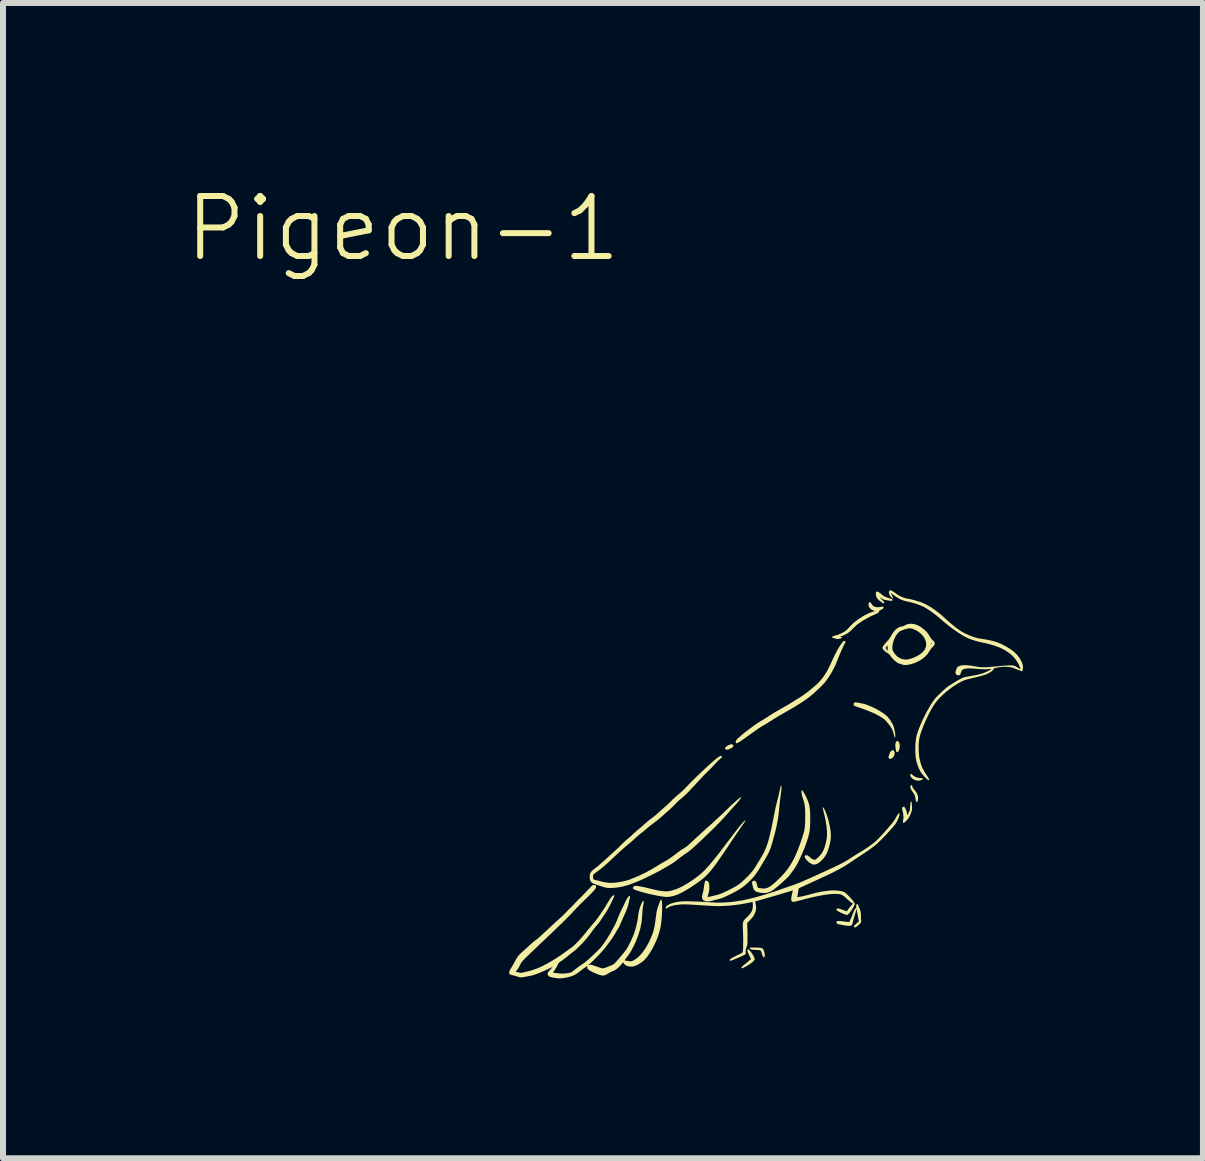
<source format=kicad_pcb>
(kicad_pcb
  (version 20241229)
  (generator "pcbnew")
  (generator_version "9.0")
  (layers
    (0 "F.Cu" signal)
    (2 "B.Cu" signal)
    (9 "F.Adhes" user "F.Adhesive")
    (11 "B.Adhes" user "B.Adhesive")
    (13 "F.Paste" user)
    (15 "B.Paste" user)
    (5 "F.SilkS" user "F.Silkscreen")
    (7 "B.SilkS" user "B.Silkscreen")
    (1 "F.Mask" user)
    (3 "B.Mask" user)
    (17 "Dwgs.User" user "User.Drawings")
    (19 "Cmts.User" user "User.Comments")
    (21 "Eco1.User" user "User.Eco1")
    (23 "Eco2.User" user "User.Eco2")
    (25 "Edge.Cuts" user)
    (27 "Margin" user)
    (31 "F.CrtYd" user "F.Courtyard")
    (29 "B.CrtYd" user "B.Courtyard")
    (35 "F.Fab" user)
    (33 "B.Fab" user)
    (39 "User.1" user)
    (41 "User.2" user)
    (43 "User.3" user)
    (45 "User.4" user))
  (footprint "Pigeon-1"
    (layer "F.Cu")
    (at 10.019 10.286)
    (property "Reference" "Pigeon-1" (at -6.35 -9.525 0) (unlocked yes) (layer "F.SilkS") (effects (font (size 1 1) (thickness 0.1))))
    (attr smd)
    (fp_poly (pts (xy -0.846 -0.917) (xy -0.842 -0.903) (xy -0.842 -0.891) (xy -0.848 -0.882) (xy -0.863 -0.871) (xy -0.869 -0.867) (xy -0.892 -0.855) (xy -0.915 -0.844) (xy -0.922 -0.841) (xy -0.945 -0.836) (xy -0.964 -0.838) (xy -0.977 -0.846) (xy -0.981 -0.857) (xy -0.973 -0.876) (xy -0.952 -0.895) (xy -0.921 -0.912) (xy -0.913 -0.916) (xy -0.882 -0.926) (xy -0.859 -0.926)) (stroke (width 0) (type solid)) (fill yes) (layer "F.SilkS"))
    (fp_poly (pts (xy 1.9 -0.982) (xy 1.911 -0.972) (xy 1.913 -0.97) (xy 1.924 -0.951) (xy 1.931 -0.926) (xy 1.933 -0.898) (xy 1.931 -0.868) (xy 1.925 -0.841) (xy 1.916 -0.818) (xy 1.904 -0.801) (xy 1.89 -0.794) (xy 1.881 -0.795) (xy 1.876 -0.802) (xy 1.871 -0.819) (xy 1.867 -0.837) (xy 1.86 -0.885) (xy 1.859 -0.922) (xy 1.865 -0.951) (xy 1.877 -0.972) (xy 1.894 -0.986)) (stroke (width 0) (type solid)) (fill yes) (layer "F.SilkS"))
    (fp_poly (pts (xy 1.836 -0.818) (xy 1.84 -0.812) (xy 1.848 -0.788) (xy 1.847 -0.761) (xy 1.837 -0.733) (xy 1.821 -0.708) (xy 1.798 -0.691) (xy 1.796 -0.69) (xy 1.779 -0.683) (xy 1.768 -0.682) (xy 1.758 -0.688) (xy 1.755 -0.691) (xy 1.748 -0.7) (xy 1.746 -0.711) (xy 1.749 -0.729) (xy 1.757 -0.755) (xy 1.758 -0.757) (xy 1.772 -0.79) (xy 1.786 -0.812) (xy 1.8 -0.824) (xy 1.812 -0.827) (xy 1.825 -0.827)) (stroke (width 0) (type solid)) (fill yes) (layer "F.SilkS"))
    (fp_poly (pts (xy 2.139 -0.423) (xy 2.151 -0.411) (xy 2.184 -0.386) (xy 2.225 -0.37) (xy 2.27 -0.364) (xy 2.293 -0.362) (xy 2.31 -0.359) (xy 2.318 -0.355) (xy 2.318 -0.355) (xy 2.317 -0.345) (xy 2.305 -0.335) (xy 2.286 -0.327) (xy 2.262 -0.322) (xy 2.236 -0.32) (xy 2.213 -0.323) (xy 2.189 -0.33) (xy 2.166 -0.34) (xy 2.16 -0.343) (xy 2.137 -0.361) (xy 2.12 -0.381) (xy 2.109 -0.401) (xy 2.107 -0.418) (xy 2.114 -0.429) (xy 2.124 -0.431)) (stroke (width 0) (type solid)) (fill yes) (layer "F.SilkS"))
    (fp_poly (pts (xy 2.14 -0.234) (xy 2.142 -0.226) (xy 2.147 -0.209) (xy 2.16 -0.188) (xy 2.167 -0.179) (xy 2.202 -0.136) (xy 2.224 -0.096) (xy 2.237 -0.058) (xy 2.239 -0.02) (xy 2.237 -0.002) (xy 2.23 0.024) (xy 2.222 0.037) (xy 2.213 0.037) (xy 2.205 0.025) (xy 2.199 0.001) (xy 2.197 -0.009) (xy 2.191 -0.045) (xy 2.183 -0.074) (xy 2.169 -0.101) (xy 2.148 -0.132) (xy 2.146 -0.134) (xy 2.123 -0.169) (xy 2.11 -0.2) (xy 2.108 -0.223) (xy 2.111 -0.234) (xy 2.122 -0.245) (xy 2.133 -0.244)) (stroke (width 0) (type solid)) (fill yes) (layer "F.SilkS"))
    (fp_poly (pts (xy -0.577 2.503) (xy -0.559 2.523) (xy -0.538 2.551) (xy -0.511 2.593) (xy -0.494 2.626) (xy -0.486 2.651) (xy -0.488 2.666) (xy -0.498 2.682) (xy -0.519 2.702) (xy -0.547 2.725) (xy -0.582 2.749) (xy -0.62 2.772) (xy -0.621 2.772) (xy -0.656 2.791) (xy -0.68 2.803) (xy -0.697 2.808) (xy -0.706 2.808) (xy -0.709 2.803) (xy -0.706 2.792) (xy -0.693 2.777) (xy -0.672 2.759) (xy -0.657 2.747) (xy -0.635 2.729) (xy -0.611 2.709) (xy -0.598 2.698) (xy -0.547 2.655) (xy -0.582 2.584) (xy -0.598 2.548) (xy -0.607 2.522) (xy -0.61 2.505) (xy -0.605 2.496) (xy -0.593 2.495) (xy -0.589 2.496)) (stroke (width 0) (type solid)) (fill yes) (layer "F.SilkS"))
    (fp_poly (pts (xy -0.361 2.476) (xy -0.352 2.483) (xy -0.35 2.485) (xy -0.339 2.502) (xy -0.329 2.526) (xy -0.322 2.555) (xy -0.318 2.584) (xy -0.319 2.608) (xy -0.321 2.615) (xy -0.327 2.627) (xy -0.335 2.628) (xy -0.345 2.617) (xy -0.349 2.61) (xy -0.357 2.593) (xy -0.365 2.57) (xy -0.369 2.553) (xy -0.374 2.533) (xy -0.381 2.519) (xy -0.392 2.511) (xy -0.409 2.506) (xy -0.436 2.504) (xy -0.459 2.503) (xy -0.501 2.501) (xy -0.532 2.497) (xy -0.552 2.492) (xy -0.563 2.485) (xy -0.566 2.48) (xy -0.568 2.472) (xy -0.565 2.467) (xy -0.556 2.464) (xy -0.539 2.463) (xy -0.512 2.462) (xy -0.477 2.463) (xy -0.437 2.464) (xy -0.407 2.465) (xy -0.387 2.467) (xy -0.372 2.471)) (stroke (width 0) (type solid)) (fill yes) (layer "F.SilkS"))
    (fp_poly (pts (xy 1.583 -3.462) (xy 1.607 -3.444) (xy 1.627 -3.428) (xy 1.647 -3.411) (xy 1.664 -3.399) (xy 1.681 -3.389) (xy 1.702 -3.381) (xy 1.731 -3.37) (xy 1.743 -3.366) (xy 1.774 -3.356) (xy 1.795 -3.348) (xy 1.807 -3.342) (xy 1.813 -3.337) (xy 1.814 -3.332) (xy 1.813 -3.331) (xy 1.809 -3.323) (xy 1.798 -3.319) (xy 1.778 -3.319) (xy 1.748 -3.323) (xy 1.717 -3.328) (xy 1.688 -3.333) (xy 1.667 -3.339) (xy 1.65 -3.347) (xy 1.632 -3.358) (xy 1.631 -3.359) (xy 1.613 -3.37) (xy 1.605 -3.372) (xy 1.607 -3.367) (xy 1.618 -3.354) (xy 1.638 -3.334) (xy 1.64 -3.332) (xy 1.662 -3.31) (xy 1.674 -3.294) (xy 1.676 -3.284) (xy 1.673 -3.279) (xy 1.668 -3.276) (xy 1.662 -3.276) (xy 1.651 -3.281) (xy 1.635 -3.292) (xy 1.614 -3.306) (xy 1.591 -3.324) (xy 1.57 -3.343) (xy 1.558 -3.358) (xy 1.546 -3.379) (xy 1.538 -3.404) (xy 1.534 -3.43) (xy 1.535 -3.452) (xy 1.541 -3.467) (xy 1.541 -3.468) (xy 1.552 -3.473) (xy 1.565 -3.471)) (stroke (width 0) (type solid)) (fill yes) (layer "F.SilkS"))
    (fp_poly (pts (xy 2.129 0.038) (xy 2.133 0.063) (xy 2.136 0.102) (xy 2.137 0.107) (xy 2.138 0.139) (xy 2.136 0.163) (xy 2.132 0.186) (xy 2.123 0.212) (xy 2.122 0.215) (xy 2.111 0.244) (xy 2.097 0.272) (xy 2.086 0.294) (xy 2.085 0.295) (xy 2.071 0.316) (xy 2.052 0.338) (xy 2.033 0.358) (xy 2.015 0.374) (xy 2.001 0.384) (xy 1.993 0.386) (xy 1.988 0.378) (xy 1.986 0.362) (xy 1.986 0.357) (xy 1.989 0.337) (xy 1.992 0.321) (xy 1.993 0.319) (xy 1.995 0.305) (xy 1.994 0.282) (xy 1.992 0.254) (xy 1.989 0.226) (xy 1.984 0.2) (xy 1.981 0.188) (xy 1.974 0.16) (xy 1.971 0.141) (xy 1.975 0.128) (xy 1.98 0.121) (xy 1.995 0.115) (xy 2.005 0.116) (xy 2.016 0.125) (xy 2.027 0.144) (xy 2.038 0.169) (xy 2.047 0.196) (xy 2.052 0.222) (xy 2.052 0.224) (xy 2.054 0.242) (xy 2.057 0.254) (xy 2.058 0.255) (xy 2.063 0.25) (xy 2.072 0.236) (xy 2.082 0.216) (xy 2.083 0.213) (xy 2.093 0.192) (xy 2.099 0.173) (xy 2.103 0.152) (xy 2.106 0.126) (xy 2.107 0.099) (xy 2.11 0.061) (xy 2.114 0.036) (xy 2.119 0.024) (xy 2.124 0.024)) (stroke (width 0) (type solid)) (fill yes) (layer "F.SilkS"))
    (fp_poly (pts (xy 0.661 0.131) (xy 0.672 0.148) (xy 0.685 0.173) (xy 0.698 0.204) (xy 0.712 0.241) (xy 0.726 0.282) (xy 0.739 0.324) (xy 0.75 0.367) (xy 0.766 0.439) (xy 0.777 0.502) (xy 0.783 0.559) (xy 0.784 0.612) (xy 0.78 0.664) (xy 0.771 0.717) (xy 0.759 0.768) (xy 0.739 0.833) (xy 0.717 0.889) (xy 0.69 0.937) (xy 0.658 0.98) (xy 0.623 1.017) (xy 0.585 1.05) (xy 0.547 1.07) (xy 0.512 1.08) (xy 0.48 1.077) (xy 0.466 1.071) (xy 0.419 1.042) (xy 0.381 1.005) (xy 0.373 0.994) (xy 0.355 0.968) (xy 0.347 0.949) (xy 0.349 0.936) (xy 0.361 0.927) (xy 0.365 0.925) (xy 0.381 0.923) (xy 0.398 0.929) (xy 0.419 0.943) (xy 0.441 0.962) (xy 0.461 0.978) (xy 0.483 0.992) (xy 0.488 0.994) (xy 0.503 0.999) (xy 0.518 0.999) (xy 0.533 0.992) (xy 0.551 0.978) (xy 0.576 0.956) (xy 0.58 0.952) (xy 0.611 0.919) (xy 0.637 0.884) (xy 0.658 0.846) (xy 0.677 0.801) (xy 0.693 0.747) (xy 0.704 0.707) (xy 0.717 0.629) (xy 0.72 0.543) (xy 0.713 0.448) (xy 0.697 0.344) (xy 0.673 0.238) (xy 0.664 0.202) (xy 0.656 0.171) (xy 0.651 0.147) (xy 0.648 0.132) (xy 0.648 0.128) (xy 0.653 0.124)) (stroke (width 0) (type solid)) (fill yes) (layer "F.SilkS"))
    (fp_poly (pts (xy 1.445 -1.56) (xy 1.467 -1.551) (xy 1.518 -1.527) (xy 1.569 -1.499) (xy 1.618 -1.47) (xy 1.662 -1.441) (xy 1.7 -1.413) (xy 1.728 -1.388) (xy 1.736 -1.378) (xy 1.764 -1.343) (xy 1.79 -1.304) (xy 1.812 -1.266) (xy 1.828 -1.232) (xy 1.831 -1.221) (xy 1.841 -1.185) (xy 1.849 -1.15) (xy 1.855 -1.116) (xy 1.858 -1.085) (xy 1.858 -1.061) (xy 1.856 -1.045) (xy 1.851 -1.039) (xy 1.848 -1.039) (xy 1.845 -1.046) (xy 1.84 -1.063) (xy 1.835 -1.086) (xy 1.834 -1.091) (xy 1.82 -1.14) (xy 1.801 -1.185) (xy 1.773 -1.23) (xy 1.736 -1.278) (xy 1.729 -1.286) (xy 1.709 -1.309) (xy 1.692 -1.327) (xy 1.675 -1.343) (xy 1.656 -1.357) (xy 1.634 -1.372) (xy 1.606 -1.389) (xy 1.568 -1.41) (xy 1.552 -1.419) (xy 1.519 -1.436) (xy 1.477 -1.455) (xy 1.427 -1.476) (xy 1.374 -1.497) (xy 1.319 -1.517) (xy 1.266 -1.536) (xy 1.218 -1.551) (xy 1.215 -1.552) (xy 1.186 -1.562) (xy 1.169 -1.573) (xy 1.162 -1.586) (xy 1.165 -1.602) (xy 1.165 -1.604) (xy 1.169 -1.613) (xy 1.174 -1.62) (xy 1.181 -1.624) (xy 1.192 -1.625) (xy 1.209 -1.624) (xy 1.234 -1.62) (xy 1.268 -1.614) (xy 1.312 -1.605) (xy 1.332 -1.601) (xy 1.361 -1.593) (xy 1.399 -1.579)) (stroke (width 0) (type solid)) (fill yes) (layer "F.SilkS"))
    (fp_poly (pts (xy 1.664 -3.209) (xy 1.662 -3.2) (xy 1.652 -3.186) (xy 1.631 -3.173) (xy 1.618 -3.167) (xy 1.599 -3.157) (xy 1.588 -3.149) (xy 1.585 -3.144) (xy 1.588 -3.136) (xy 1.583 -3.127) (xy 1.569 -3.116) (xy 1.545 -3.103) (xy 1.509 -3.087) (xy 1.507 -3.086) (xy 1.451 -3.061) (xy 1.392 -3.03) (xy 1.334 -2.997) (xy 1.281 -2.964) (xy 1.246 -2.939) (xy 1.222 -2.921) (xy 1.194 -2.896) (xy 1.166 -2.869) (xy 1.152 -2.854) (xy 1.108 -2.812) (xy 1.066 -2.779) (xy 1.023 -2.754) (xy 0.979 -2.736) (xy 0.955 -2.727) (xy 0.942 -2.721) (xy 0.94 -2.718) (xy 0.945 -2.716) (xy 0.95 -2.715) (xy 0.965 -2.71) (xy 0.968 -2.704) (xy 0.96 -2.696) (xy 0.943 -2.689) (xy 0.924 -2.685) (xy 0.898 -2.682) (xy 0.877 -2.683) (xy 0.854 -2.69) (xy 0.842 -2.694) (xy 0.819 -2.702) (xy 0.807 -2.708) (xy 0.803 -2.714) (xy 0.805 -2.719) (xy 0.814 -2.725) (xy 0.832 -2.733) (xy 0.857 -2.74) (xy 0.865 -2.742) (xy 0.906 -2.754) (xy 0.949 -2.772) (xy 0.989 -2.792) (xy 1.023 -2.813) (xy 1.042 -2.827) (xy 1.056 -2.841) (xy 1.076 -2.862) (xy 1.098 -2.886) (xy 1.113 -2.901) (xy 1.156 -2.944) (xy 1.208 -2.986) (xy 1.267 -3.028) (xy 1.328 -3.066) (xy 1.389 -3.099) (xy 1.448 -3.124) (xy 1.489 -3.138) (xy 1.521 -3.147) (xy 1.489 -3.159) (xy 1.455 -3.177) (xy 1.43 -3.201) (xy 1.415 -3.229) (xy 1.412 -3.259) (xy 1.416 -3.28) (xy 1.425 -3.295) (xy 1.437 -3.298) (xy 1.449 -3.288) (xy 1.459 -3.272) (xy 1.481 -3.241) (xy 1.508 -3.222) (xy 1.542 -3.213) (xy 1.554 -3.212) (xy 1.581 -3.212) (xy 1.608 -3.215) (xy 1.618 -3.218) (xy 1.644 -3.222) (xy 1.659 -3.219)) (stroke (width 0) (type solid)) (fill yes) (layer "F.SilkS"))
    (fp_poly (pts (xy 1.232 1.747) (xy 1.241 1.764) (xy 1.252 1.787) (xy 1.263 1.813) (xy 1.273 1.839) (xy 1.279 1.861) (xy 1.28 1.866) (xy 1.283 1.885) (xy 1.285 1.912) (xy 1.286 1.943) (xy 1.286 1.952) (xy 1.286 1.98) (xy 1.287 2.002) (xy 1.289 2.017) (xy 1.29 2.02) (xy 1.291 2.032) (xy 1.285 2.046) (xy 1.269 2.065) (xy 1.247 2.086) (xy 1.221 2.109) (xy 1.202 2.122) (xy 1.188 2.128) (xy 1.179 2.126) (xy 1.172 2.118) (xy 1.168 2.112) (xy 1.168 2.105) (xy 1.174 2.097) (xy 1.186 2.085) (xy 1.207 2.066) (xy 1.207 2.065) (xy 1.251 2.026) (xy 1.235 1.939) (xy 1.229 1.906) (xy 1.223 1.875) (xy 1.218 1.849) (xy 1.213 1.83) (xy 1.21 1.819) (xy 1.209 1.818) (xy 1.209 1.822) (xy 1.207 1.831) (xy 1.203 1.85) (xy 1.196 1.876) (xy 1.187 1.909) (xy 1.18 1.931) (xy 1.17 1.968) (xy 1.16 2.003) (xy 1.152 2.032) (xy 1.146 2.053) (xy 1.144 2.06) (xy 1.138 2.079) (xy 1.129 2.092) (xy 1.116 2.099) (xy 1.095 2.102) (xy 1.065 2.1) (xy 1.029 2.095) (xy 0.982 2.088) (xy 0.946 2.081) (xy 0.92 2.076) (xy 0.901 2.071) (xy 0.89 2.065) (xy 0.883 2.059) (xy 0.88 2.054) (xy 0.876 2.039) (xy 0.881 2.029) (xy 0.891 2.024) (xy 0.899 2.021) (xy 0.911 2.019) (xy 0.929 2.02) (xy 0.953 2.022) (xy 0.988 2.026) (xy 1.022 2.03) (xy 1.09 2.039) (xy 1.111 1.995) (xy 1.124 1.966) (xy 1.138 1.932) (xy 1.151 1.899) (xy 1.153 1.894) (xy 1.169 1.854) (xy 1.183 1.826) (xy 1.193 1.811) (xy 1.202 1.807) (xy 1.203 1.808) (xy 1.207 1.805) (xy 1.208 1.791) (xy 1.207 1.782) (xy 1.206 1.757) (xy 1.211 1.742) (xy 1.222 1.739) (xy 1.225 1.74)) (stroke (width 0) (type solid)) (fill yes) (layer "F.SilkS"))
    (fp_poly (pts (xy -0.64 0.346) (xy -0.646 0.359) (xy -0.66 0.379) (xy -0.681 0.409) (xy -0.687 0.418) (xy -0.703 0.441) (xy -0.726 0.473) (xy -0.752 0.512) (xy -0.782 0.556) (xy -0.814 0.603) (xy -0.847 0.651) (xy -0.86 0.671) (xy -0.901 0.732) (xy -0.936 0.785) (xy -0.967 0.831) (xy -0.996 0.874) (xy -1.025 0.916) (xy -1.054 0.959) (xy -1.087 1.006) (xy -1.124 1.06) (xy -1.125 1.061) (xy -1.154 1.101) (xy -1.188 1.144) (xy -1.223 1.187) (xy -1.259 1.227) (xy -1.293 1.263) (xy -1.322 1.291) (xy -1.328 1.296) (xy -1.377 1.336) (xy -1.432 1.377) (xy -1.492 1.419) (xy -1.553 1.459) (xy -1.614 1.497) (xy -1.672 1.53) (xy -1.725 1.558) (xy -1.771 1.579) (xy -1.775 1.581) (xy -1.831 1.6) (xy -1.888 1.613) (xy -1.939 1.619) (xy -1.95 1.619) (xy -1.979 1.618) (xy -2.016 1.613) (xy -2.062 1.606) (xy -2.112 1.597) (xy -2.166 1.586) (xy -2.221 1.574) (xy -2.277 1.561) (xy -2.33 1.547) (xy -2.38 1.533) (xy -2.424 1.52) (xy -2.461 1.508) (xy -2.488 1.497) (xy -2.505 1.488) (xy -2.506 1.487) (xy -2.514 1.474) (xy -2.511 1.457) (xy -2.5 1.44) (xy -2.487 1.435) (xy -2.466 1.434) (xy -2.433 1.437) (xy -2.388 1.445) (xy -2.332 1.456) (xy -2.263 1.472) (xy -2.241 1.478) (xy -2.168 1.495) (xy -2.106 1.509) (xy -2.053 1.518) (xy -2.007 1.524) (xy -1.966 1.526) (xy -1.928 1.524) (xy -1.891 1.518) (xy -1.853 1.508) (xy -1.812 1.495) (xy -1.796 1.49) (xy -1.74 1.466) (xy -1.678 1.435) (xy -1.613 1.397) (xy -1.546 1.354) (xy -1.48 1.308) (xy -1.418 1.261) (xy -1.363 1.214) (xy -1.319 1.173) (xy -1.284 1.134) (xy -1.242 1.088) (xy -1.197 1.034) (xy -1.15 0.977) (xy -1.102 0.917) (xy -1.055 0.857) (xy -1.026 0.818) (xy -0.955 0.723) (xy -0.89 0.639) (xy -0.834 0.565) (xy -0.784 0.501) (xy -0.742 0.448) (xy -0.708 0.406) (xy -0.681 0.375) (xy -0.661 0.354) (xy -0.649 0.344) (xy -0.648 0.344) (xy -0.641 0.342)) (stroke (width 0) (type solid)) (fill yes) (layer "F.SilkS"))
    (fp_poly (pts (xy 0.318 -0.146) (xy 0.333 -0.122) (xy 0.343 -0.105) (xy 0.37 -0.053) (xy 0.391 -0.007) (xy 0.408 0.035) (xy 0.421 0.077) (xy 0.43 0.12) (xy 0.435 0.168) (xy 0.439 0.222) (xy 0.44 0.286) (xy 0.44 0.322) (xy 0.439 0.393) (xy 0.436 0.455) (xy 0.431 0.51) (xy 0.421 0.564) (xy 0.408 0.618) (xy 0.39 0.676) (xy 0.367 0.742) (xy 0.364 0.751) (xy 0.346 0.8) (xy 0.324 0.854) (xy 0.3 0.909) (xy 0.275 0.964) (xy 0.251 1.014) (xy 0.23 1.058) (xy 0.215 1.085) (xy 0.193 1.121) (xy 0.166 1.161) (xy 0.137 1.202) (xy 0.109 1.239) (xy 0.084 1.271) (xy 0.073 1.283) (xy 0.053 1.303) (xy 0.028 1.327) (xy -0.001 1.354) (xy -0.026 1.377) (xy -0.077 1.422) (xy -0.121 1.459) (xy -0.158 1.488) (xy -0.19 1.511) (xy -0.219 1.527) (xy -0.245 1.539) (xy -0.27 1.547) (xy -0.287 1.551) (xy -0.319 1.554) (xy -0.357 1.553) (xy -0.395 1.548) (xy -0.431 1.541) (xy -0.46 1.531) (xy -0.475 1.522) (xy -0.49 1.507) (xy -0.501 1.49) (xy -0.51 1.47) (xy -0.518 1.444) (xy -0.524 1.417) (xy -0.529 1.393) (xy -0.53 1.375) (xy -0.529 1.37) (xy -0.518 1.355) (xy -0.5 1.348) (xy -0.483 1.35) (xy -0.469 1.36) (xy -0.459 1.377) (xy -0.45 1.406) (xy -0.447 1.422) (xy -0.442 1.443) (xy -0.436 1.458) (xy -0.432 1.463) (xy -0.421 1.468) (xy -0.4 1.473) (xy -0.375 1.476) (xy -0.348 1.479) (xy -0.325 1.479) (xy -0.315 1.478) (xy -0.288 1.472) (xy -0.258 1.46) (xy -0.226 1.441) (xy -0.19 1.415) (xy -0.149 1.38) (xy -0.102 1.337) (xy -0.055 1.291) (xy -0.002 1.234) (xy 0.047 1.176) (xy 0.091 1.115) (xy 0.132 1.049) (xy 0.171 0.977) (xy 0.208 0.897) (xy 0.244 0.807) (xy 0.281 0.706) (xy 0.29 0.68) (xy 0.309 0.624) (xy 0.323 0.577) (xy 0.335 0.537) (xy 0.343 0.501) (xy 0.349 0.466) (xy 0.352 0.429) (xy 0.355 0.387) (xy 0.356 0.338) (xy 0.356 0.318) (xy 0.357 0.25) (xy 0.356 0.192) (xy 0.354 0.143) (xy 0.349 0.1) (xy 0.343 0.061) (xy 0.333 0.023) (xy 0.321 -0.015) (xy 0.318 -0.024) (xy 0.307 -0.059) (xy 0.299 -0.093) (xy 0.295 -0.122) (xy 0.295 -0.145) (xy 0.298 -0.159) (xy 0.301 -0.161) (xy 0.308 -0.159)) (stroke (width 0) (type solid)) (fill yes) (layer "F.SilkS"))
    (fp_poly (pts (xy 1.026 -2.641) (xy 1.03 -2.631) (xy 1.027 -2.626) (xy 1.022 -2.618) (xy 1.012 -2.6) (xy 0.999 -2.574) (xy 0.984 -2.541) (xy 0.968 -2.505) (xy 0.951 -2.468) (xy 0.935 -2.43) (xy 0.92 -2.395) (xy 0.907 -2.365) (xy 0.901 -2.346) (xy 0.859 -2.244) (xy 0.81 -2.146) (xy 0.755 -2.055) (xy 0.698 -1.975) (xy 0.673 -1.945) (xy 0.638 -1.908) (xy 0.598 -1.868) (xy 0.554 -1.827) (xy 0.509 -1.785) (xy 0.464 -1.746) (xy 0.422 -1.712) (xy 0.414 -1.705) (xy 0.383 -1.683) (xy 0.343 -1.655) (xy 0.295 -1.623) (xy 0.241 -1.589) (xy 0.184 -1.554) (xy 0.126 -1.519) (xy 0.069 -1.486) (xy 0.059 -1.48) (xy 0.003 -1.448) (xy -0.043 -1.422) (xy -0.082 -1.4) (xy -0.115 -1.38) (xy -0.144 -1.362) (xy -0.171 -1.345) (xy -0.199 -1.327) (xy -0.217 -1.316) (xy -0.251 -1.294) (xy -0.286 -1.273) (xy -0.318 -1.253) (xy -0.344 -1.239) (xy -0.344 -1.239) (xy -0.357 -1.231) (xy -0.371 -1.222) (xy -0.388 -1.212) (xy -0.407 -1.2) (xy -0.43 -1.184) (xy -0.459 -1.164) (xy -0.493 -1.14) (xy -0.535 -1.11) (xy -0.585 -1.075) (xy -0.644 -1.032) (xy -0.67 -1.014) (xy -0.711 -0.985) (xy -0.743 -0.964) (xy -0.767 -0.951) (xy -0.783 -0.944) (xy -0.792 -0.944) (xy -0.798 -0.951) (xy -0.801 -0.956) (xy -0.803 -0.968) (xy -0.8 -0.982) (xy -0.789 -0.999) (xy -0.77 -1.02) (xy -0.743 -1.046) (xy -0.706 -1.077) (xy -0.685 -1.095) (xy -0.641 -1.13) (xy -0.595 -1.166) (xy -0.548 -1.201) (xy -0.503 -1.234) (xy -0.461 -1.264) (xy -0.425 -1.288) (xy -0.397 -1.306) (xy -0.392 -1.309) (xy -0.369 -1.322) (xy -0.339 -1.34) (xy -0.305 -1.362) (xy -0.27 -1.383) (xy -0.263 -1.389) (xy -0.22 -1.416) (xy -0.183 -1.439) (xy -0.147 -1.461) (xy -0.109 -1.483) (xy -0.066 -1.508) (xy -0.015 -1.537) (xy -0.013 -1.538) (xy 0.023 -1.558) (xy 0.065 -1.583) (xy 0.108 -1.609) (xy 0.144 -1.631) (xy 0.177 -1.652) (xy 0.209 -1.672) (xy 0.238 -1.689) (xy 0.259 -1.702) (xy 0.263 -1.704) (xy 0.296 -1.726) (xy 0.337 -1.754) (xy 0.382 -1.788) (xy 0.43 -1.825) (xy 0.476 -1.863) (xy 0.52 -1.9) (xy 0.558 -1.934) (xy 0.582 -1.958) (xy 0.622 -2.003) (xy 0.66 -2.052) (xy 0.697 -2.107) (xy 0.733 -2.169) (xy 0.769 -2.241) (xy 0.807 -2.324) (xy 0.81 -2.331) (xy 0.836 -2.388) (xy 0.864 -2.443) (xy 0.891 -2.494) (xy 0.918 -2.54) (xy 0.943 -2.58) (xy 0.966 -2.613) (xy 0.985 -2.636) (xy 1.001 -2.649) (xy 1.006 -2.651) (xy 1.017 -2.649)) (stroke (width 0) (type solid)) (fill yes) (layer "F.SilkS"))
    (fp_poly (pts (xy -0.04 -0.228) (xy -0.039 -0.208) (xy -0.04 -0.18) (xy -0.043 -0.148) (xy -0.047 -0.112) (xy -0.05 -0.091) (xy -0.055 -0.056) (xy -0.061 -0.011) (xy -0.066 0.038) (xy -0.072 0.087) (xy -0.075 0.119) (xy -0.083 0.201) (xy -0.092 0.278) (xy -0.104 0.353) (xy -0.119 0.429) (xy -0.137 0.508) (xy -0.159 0.594) (xy -0.185 0.689) (xy -0.193 0.717) (xy -0.206 0.759) (xy -0.218 0.796) (xy -0.23 0.828) (xy -0.242 0.859) (xy -0.258 0.891) (xy -0.276 0.926) (xy -0.3 0.967) (xy -0.328 1.016) (xy -0.335 1.028) (xy -0.372 1.089) (xy -0.403 1.141) (xy -0.431 1.185) (xy -0.456 1.222) (xy -0.479 1.254) (xy -0.502 1.283) (xy -0.526 1.31) (xy -0.553 1.337) (xy -0.583 1.367) (xy -0.598 1.381) (xy -0.641 1.42) (xy -0.685 1.454) (xy -0.732 1.487) (xy -0.786 1.519) (xy -0.848 1.552) (xy -0.86 1.558) (xy -0.921 1.588) (xy -0.971 1.612) (xy -1.013 1.63) (xy -1.048 1.644) (xy -1.078 1.652) (xy -1.096 1.657) (xy -1.116 1.661) (xy -1.143 1.668) (xy -1.174 1.676) (xy -1.186 1.68) (xy -1.237 1.692) (xy -1.278 1.695) (xy -1.311 1.69) (xy -1.338 1.675) (xy -1.351 1.662) (xy -1.363 1.636) (xy -1.364 1.604) (xy -1.355 1.569) (xy -1.35 1.549) (xy -1.343 1.522) (xy -1.337 1.49) (xy -1.335 1.473) (xy -1.33 1.441) (xy -1.325 1.41) (xy -1.32 1.385) (xy -1.318 1.376) (xy -1.313 1.358) (xy -1.308 1.349) (xy -1.3 1.347) (xy -1.292 1.347) (xy -1.269 1.356) (xy -1.261 1.364) (xy -1.25 1.384) (xy -1.244 1.414) (xy -1.242 1.45) (xy -1.243 1.491) (xy -1.249 1.532) (xy -1.258 1.571) (xy -1.263 1.588) (xy -1.269 1.606) (xy -1.27 1.618) (xy -1.269 1.62) (xy -1.261 1.62) (xy -1.242 1.616) (xy -1.215 1.61) (xy -1.183 1.602) (xy -1.157 1.596) (xy -1.118 1.586) (xy -1.085 1.577) (xy -1.054 1.566) (xy -1.022 1.553) (xy -0.987 1.537) (xy -0.944 1.517) (xy -0.926 1.508) (xy -0.872 1.481) (xy -0.828 1.457) (xy -0.791 1.436) (xy -0.759 1.415) (xy -0.729 1.393) (xy -0.699 1.368) (xy -0.666 1.338) (xy -0.638 1.311) (xy -0.598 1.272) (xy -0.566 1.239) (xy -0.539 1.208) (xy -0.515 1.178) (xy -0.492 1.145) (xy -0.469 1.108) (xy -0.461 1.095) (xy -0.442 1.063) (xy -0.422 1.032) (xy -0.405 1.005) (xy -0.395 0.988) (xy -0.382 0.967) (xy -0.365 0.938) (xy -0.347 0.906) (xy -0.332 0.877) (xy -0.313 0.837) (xy -0.295 0.793) (xy -0.277 0.743) (xy -0.259 0.687) (xy -0.242 0.622) (xy -0.224 0.549) (xy -0.205 0.466) (xy -0.186 0.372) (xy -0.167 0.276) (xy -0.157 0.226) (xy -0.147 0.176) (xy -0.137 0.128) (xy -0.127 0.086) (xy -0.119 0.053) (xy -0.116 0.041) (xy -0.097 -0.034) (xy -0.081 -0.099) (xy -0.069 -0.152) (xy -0.061 -0.19) (xy -0.056 -0.213) (xy -0.051 -0.231) (xy -0.048 -0.238) (xy -0.043 -0.239)) (stroke (width 0) (type solid)) (fill yes) (layer "F.SilkS"))
    (fp_poly (pts (xy 2.277 -2.887) (xy 2.29 -2.878) (xy 2.342 -2.838) (xy 2.383 -2.799) (xy 2.414 -2.757) (xy 2.427 -2.734) (xy 2.451 -2.694) (xy 2.477 -2.666) (xy 2.478 -2.665) (xy 2.503 -2.641) (xy 2.516 -2.618) (xy 2.515 -2.595) (xy 2.502 -2.571) (xy 2.482 -2.549) (xy 2.456 -2.521) (xy 2.432 -2.486) (xy 2.426 -2.476) (xy 2.394 -2.428) (xy 2.35 -2.383) (xy 2.298 -2.342) (xy 2.239 -2.307) (xy 2.175 -2.279) (xy 2.11 -2.259) (xy 2.063 -2.251) (xy 2.034 -2.248) (xy 2.012 -2.248) (xy 1.991 -2.251) (xy 1.965 -2.259) (xy 1.951 -2.263) (xy 1.92 -2.274) (xy 1.896 -2.285) (xy 1.876 -2.298) (xy 1.859 -2.311) (xy 1.834 -2.335) (xy 1.807 -2.363) (xy 1.784 -2.391) (xy 1.766 -2.416) (xy 1.763 -2.42) (xy 1.753 -2.431) (xy 1.736 -2.444) (xy 1.727 -2.449) (xy 1.699 -2.467) (xy 1.675 -2.488) (xy 1.656 -2.508) (xy 1.646 -2.526) (xy 1.645 -2.532) (xy 1.646 -2.542) (xy 1.651 -2.553) (xy 1.699 -2.536) (xy 1.699 -2.526) (xy 1.708 -2.512) (xy 1.711 -2.508) (xy 1.721 -2.494) (xy 1.729 -2.486) (xy 1.73 -2.485) (xy 1.731 -2.492) (xy 1.731 -2.508) (xy 1.731 -2.531) (xy 1.731 -2.535) (xy 1.729 -2.558) (xy 1.727 -2.572) (xy 1.724 -2.573) (xy 1.723 -2.573) (xy 1.715 -2.559) (xy 1.705 -2.546) (xy 1.699 -2.536) (xy 1.651 -2.553) (xy 1.651 -2.555) (xy 1.663 -2.572) (xy 1.681 -2.595) (xy 1.7 -2.619) (xy 1.72 -2.641) (xy 1.735 -2.658) (xy 1.739 -2.661) (xy 1.751 -2.675) (xy 1.766 -2.697) (xy 1.773 -2.708) (xy 1.842 -2.683) (xy 1.824 -2.632) (xy 1.812 -2.581) (xy 1.809 -2.533) (xy 1.81 -2.517) (xy 1.819 -2.486) (xy 1.837 -2.452) (xy 1.864 -2.418) (xy 1.895 -2.387) (xy 1.933 -2.363) (xy 1.978 -2.346) (xy 2.024 -2.339) (xy 2.054 -2.339) (xy 2.098 -2.348) (xy 2.147 -2.364) (xy 2.199 -2.386) (xy 2.247 -2.412) (xy 2.29 -2.441) (xy 2.316 -2.463) (xy 2.348 -2.502) (xy 2.367 -2.544) (xy 2.374 -2.589) (xy 2.37 -2.635) (xy 2.366 -2.645) (xy 2.462 -2.61) (xy 2.46 -2.599) (xy 2.462 -2.59) (xy 2.465 -2.593) (xy 2.468 -2.597) (xy 2.473 -2.608) (xy 2.473 -2.612) (xy 2.467 -2.616) (xy 2.462 -2.61) (xy 2.366 -2.645) (xy 2.353 -2.681) (xy 2.326 -2.726) (xy 2.286 -2.769) (xy 2.277 -2.777) (xy 2.234 -2.809) (xy 2.19 -2.834) (xy 2.146 -2.852) (xy 2.107 -2.86) (xy 2.105 -2.86) (xy 2.084 -2.859) (xy 2.054 -2.853) (xy 2.02 -2.844) (xy 1.986 -2.832) (xy 1.955 -2.82) (xy 1.931 -2.808) (xy 1.925 -2.803) (xy 1.894 -2.772) (xy 1.866 -2.731) (xy 1.842 -2.683) (xy 1.773 -2.708) (xy 1.783 -2.724) (xy 1.793 -2.742) (xy 1.823 -2.791) (xy 1.853 -2.827) (xy 1.86 -2.834) (xy 1.882 -2.853) (xy 1.907 -2.869) (xy 1.931 -2.882) (xy 1.953 -2.889) (xy 1.967 -2.889) (xy 1.977 -2.891) (xy 1.994 -2.898) (xy 2.012 -2.907) (xy 2.061 -2.928) (xy 2.113 -2.937) (xy 2.166 -2.932) (xy 2.221 -2.916)) (stroke (width 0) (type solid)) (fill yes) (layer "F.SilkS"))
    (fp_poly (pts (xy 1.803 -3.484) (xy 1.829 -3.469) (xy 1.863 -3.445) (xy 1.882 -3.431) (xy 1.928 -3.402) (xy 1.977 -3.379) (xy 2.026 -3.362) (xy 2.06 -3.355) (xy 2.087 -3.351) (xy 2.123 -3.343) (xy 2.164 -3.332) (xy 2.207 -3.32) (xy 2.247 -3.308) (xy 2.282 -3.297) (xy 2.284 -3.296) (xy 2.363 -3.262) (xy 2.444 -3.217) (xy 2.527 -3.16) (xy 2.615 -3.092) (xy 2.689 -3.026) (xy 2.753 -2.969) (xy 2.809 -2.921) (xy 2.859 -2.879) (xy 2.906 -2.845) (xy 2.95 -2.815) (xy 2.994 -2.789) (xy 3.039 -2.767) (xy 3.087 -2.745) (xy 3.108 -2.736) (xy 3.146 -2.722) (xy 3.176 -2.711) (xy 3.203 -2.703) (xy 3.231 -2.696) (xy 3.263 -2.69) (xy 3.301 -2.684) (xy 3.377 -2.672) (xy 3.443 -2.659) (xy 3.502 -2.644) (xy 3.555 -2.627) (xy 3.605 -2.607) (xy 3.656 -2.584) (xy 3.693 -2.564) (xy 3.769 -2.519) (xy 3.832 -2.473) (xy 3.884 -2.423) (xy 3.927 -2.37) (xy 3.96 -2.311) (xy 3.973 -2.283) (xy 3.986 -2.239) (xy 3.988 -2.197) (xy 3.98 -2.157) (xy 3.976 -2.141) (xy 3.917 -2.163) (xy 3.887 -2.174) (xy 3.857 -2.186) (xy 3.834 -2.196) (xy 3.828 -2.198) (xy 3.8 -2.207) (xy 3.763 -2.214) (xy 3.72 -2.218) (xy 3.676 -2.219) (xy 3.662 -2.219) (xy 3.634 -2.217) (xy 3.604 -2.213) (xy 3.573 -2.208) (xy 3.544 -2.202) (xy 3.52 -2.196) (xy 3.504 -2.19) (xy 3.499 -2.185) (xy 3.493 -2.172) (xy 3.477 -2.154) (xy 3.454 -2.136) (xy 3.424 -2.117) (xy 3.392 -2.101) (xy 3.375 -2.093) (xy 3.357 -2.086) (xy 3.336 -2.079) (xy 3.311 -2.072) (xy 3.28 -2.063) (xy 3.243 -2.054) (xy 3.197 -2.042) (xy 3.141 -2.029) (xy 3.075 -2.013) (xy 3.056 -2.009) (xy 3.01 -1.994) (xy 2.957 -1.97) (xy 2.9 -1.938) (xy 2.839 -1.9) (xy 2.777 -1.856) (xy 2.716 -1.809) (xy 2.657 -1.758) (xy 2.603 -1.705) (xy 2.576 -1.677) (xy 2.537 -1.63) (xy 2.496 -1.571) (xy 2.455 -1.501) (xy 2.413 -1.423) (xy 2.372 -1.337) (xy 2.333 -1.245) (xy 2.324 -1.222) (xy 2.301 -1.162) (xy 2.283 -1.112) (xy 2.27 -1.068) (xy 2.261 -1.027) (xy 2.254 -0.986) (xy 2.25 -0.942) (xy 2.248 -0.903) (xy 2.249 -0.798) (xy 2.259 -0.702) (xy 2.28 -0.613) (xy 2.311 -0.53) (xy 2.353 -0.454) (xy 2.362 -0.44) (xy 2.388 -0.401) (xy 2.407 -0.371) (xy 2.418 -0.35) (xy 2.423 -0.336) (xy 2.422 -0.33) (xy 2.422 -0.329) (xy 2.415 -0.327) (xy 2.405 -0.331) (xy 2.392 -0.341) (xy 2.372 -0.36) (xy 2.346 -0.387) (xy 2.34 -0.393) (xy 2.312 -0.424) (xy 2.292 -0.451) (xy 2.275 -0.478) (xy 2.259 -0.509) (xy 2.255 -0.517) (xy 2.24 -0.553) (xy 2.226 -0.592) (xy 2.214 -0.629) (xy 2.211 -0.642) (xy 2.199 -0.708) (xy 2.193 -0.782) (xy 2.192 -0.862) (xy 2.195 -0.945) (xy 2.205 -1.026) (xy 2.214 -1.072) (xy 2.231 -1.126) (xy 2.253 -1.188) (xy 2.28 -1.254) (xy 2.31 -1.323) (xy 2.344 -1.392) (xy 2.379 -1.461) (xy 2.416 -1.527) (xy 2.452 -1.588) (xy 2.487 -1.641) (xy 2.521 -1.686) (xy 2.537 -1.705) (xy 2.562 -1.731) (xy 2.593 -1.762) (xy 2.627 -1.794) (xy 2.661 -1.826) (xy 2.694 -1.855) (xy 2.721 -1.878) (xy 2.735 -1.888) (xy 2.764 -1.908) (xy 2.799 -1.931) (xy 2.837 -1.954) (xy 2.876 -1.978) (xy 2.913 -1.999) (xy 2.947 -2.017) (xy 2.974 -2.031) (xy 2.988 -2.037) (xy 3.008 -2.043) (xy 3.038 -2.05) (xy 3.074 -2.057) (xy 3.11 -2.064) (xy 3.114 -2.065) (xy 3.171 -2.074) (xy 3.218 -2.083) (xy 3.258 -2.093) (xy 3.295 -2.103) (xy 3.331 -2.115) (xy 3.347 -2.121) (xy 3.376 -2.133) (xy 3.403 -2.146) (xy 3.427 -2.159) (xy 3.446 -2.171) (xy 3.456 -2.18) (xy 3.457 -2.183) (xy 3.45 -2.184) (xy 3.434 -2.183) (xy 3.415 -2.181) (xy 3.397 -2.178) (xy 3.378 -2.177) (xy 3.356 -2.177) (xy 3.329 -2.177) (xy 3.294 -2.179) (xy 3.251 -2.182) (xy 3.197 -2.186) (xy 3.18 -2.187) (xy 3.129 -2.191) (xy 3.09 -2.192) (xy 3.059 -2.191) (xy 3.033 -2.188) (xy 3.011 -2.182) (xy 2.994 -2.176) (xy 2.979 -2.168) (xy 2.969 -2.16) (xy 2.962 -2.147) (xy 2.955 -2.125) (xy 2.954 -2.124) (xy 2.946 -2.101) (xy 2.94 -2.088) (xy 2.931 -2.081) (xy 2.921 -2.077) (xy 2.898 -2.076) (xy 2.878 -2.087) (xy 2.865 -2.106) (xy 2.861 -2.117) (xy 2.862 -2.131) (xy 2.867 -2.151) (xy 2.874 -2.168) (xy 2.883 -2.193) (xy 2.891 -2.208) (xy 2.899 -2.218) (xy 2.912 -2.225) (xy 2.916 -2.227) (xy 2.955 -2.24) (xy 3.004 -2.246) (xy 3.064 -2.244) (xy 3.136 -2.235) (xy 3.17 -2.229) (xy 3.207 -2.222) (xy 3.24 -2.217) (xy 3.27 -2.213) (xy 3.3 -2.211) (xy 3.331 -2.21) (xy 3.366 -2.211) (xy 3.406 -2.213) (xy 3.454 -2.217) (xy 3.511 -2.222) (xy 3.564 -2.227) (xy 3.64 -2.235) (xy 3.705 -2.239) (xy 3.758 -2.242) (xy 3.799 -2.242) (xy 3.827 -2.239) (xy 3.837 -2.237) (xy 3.855 -2.229) (xy 3.877 -2.218) (xy 3.905 -2.202) (xy 3.936 -2.183) (xy 3.945 -2.178) (xy 3.947 -2.181) (xy 3.944 -2.193) (xy 3.914 -2.263) (xy 3.874 -2.33) (xy 3.824 -2.39) (xy 3.772 -2.437) (xy 3.716 -2.476) (xy 3.657 -2.511) (xy 3.592 -2.542) (xy 3.519 -2.569) (xy 3.438 -2.593) (xy 3.346 -2.616) (xy 3.3 -2.625) (xy 3.224 -2.643) (xy 3.156 -2.663) (xy 3.092 -2.686) (xy 3.03 -2.715) (xy 2.966 -2.751) (xy 2.898 -2.794) (xy 2.878 -2.808) (xy 2.812 -2.855) (xy 2.742 -2.908) (xy 2.673 -2.964) (xy 2.617 -3.013) (xy 2.56 -3.061) (xy 2.497 -3.11) (xy 2.434 -3.156) (xy 2.373 -3.195) (xy 2.368 -3.199) (xy 2.322 -3.223) (xy 2.267 -3.246) (xy 2.204 -3.269) (xy 2.138 -3.288) (xy 2.086 -3.301) (xy 2.051 -3.309) (xy 2.018 -3.317) (xy 1.99 -3.325) (xy 1.975 -3.33) (xy 1.938 -3.346) (xy 1.897 -3.369) (xy 1.856 -3.396) (xy 1.823 -3.42) (xy 1.806 -3.434) (xy 1.793 -3.444) (xy 1.788 -3.447) (xy 1.789 -3.442) (xy 1.794 -3.428) (xy 1.803 -3.408) (xy 1.805 -3.403) (xy 1.816 -3.377) (xy 1.819 -3.361) (xy 1.815 -3.356) (xy 1.805 -3.362) (xy 1.789 -3.38) (xy 1.785 -3.385) (xy 1.763 -3.418) (xy 1.753 -3.446) (xy 1.753 -3.469) (xy 1.755 -3.475) (xy 1.761 -3.487) (xy 1.771 -3.493) (xy 1.784 -3.492)) (stroke (width 0) (type solid)) (fill yes) (layer "F.SilkS"))
    (fp_poly (pts (xy -1.033 -0.724) (xy -1.033 -0.711) (xy -1.042 -0.699) (xy -1.043 -0.698) (xy -1.062 -0.683) (xy -1.087 -0.66) (xy -1.114 -0.633) (xy -1.142 -0.604) (xy -1.159 -0.585) (xy -1.18 -0.562) (xy -1.207 -0.534) (xy -1.237 -0.504) (xy -1.264 -0.477) (xy -1.295 -0.448) (xy -1.327 -0.415) (xy -1.357 -0.384) (xy -1.379 -0.36) (xy -1.403 -0.333) (xy -1.434 -0.3) (xy -1.465 -0.267) (xy -1.487 -0.243) (xy -1.515 -0.214) (xy -1.544 -0.183) (xy -1.571 -0.154) (xy -1.59 -0.134) (xy -1.627 -0.096) (xy -1.671 -0.055) (xy -1.719 -0.014) (xy -1.749 0.01) (xy -1.764 0.023) (xy -1.783 0.042) (xy -1.805 0.065) (xy -1.814 0.075) (xy -1.838 0.099) (xy -1.867 0.128) (xy -1.898 0.157) (xy -1.917 0.174) (xy -1.948 0.201) (xy -1.982 0.231) (xy -2.015 0.261) (xy -2.031 0.275) (xy -2.058 0.299) (xy -2.092 0.327) (xy -2.128 0.355) (xy -2.16 0.38) (xy -2.193 0.404) (xy -2.226 0.43) (xy -2.256 0.454) (xy -2.28 0.474) (xy -2.28 0.474) (xy -2.307 0.497) (xy -2.338 0.523) (xy -2.369 0.548) (xy -2.381 0.557) (xy -2.412 0.582) (xy -2.446 0.612) (xy -2.478 0.64) (xy -2.488 0.648) (xy -2.511 0.671) (xy -2.534 0.691) (xy -2.553 0.708) (xy -2.561 0.714) (xy -2.592 0.739) (xy -2.631 0.772) (xy -2.677 0.813) (xy -2.73 0.86) (xy -2.788 0.914) (xy -2.851 0.972) (xy -2.909 1.027) (xy -2.955 1.069) (xy -3.002 1.11) (xy -3.048 1.148) (xy -3.088 1.179) (xy -3.094 1.183) (xy -3.126 1.206) (xy -3.149 1.223) (xy -3.164 1.235) (xy -3.173 1.245) (xy -3.178 1.254) (xy -3.18 1.263) (xy -3.181 1.266) (xy -3.181 1.289) (xy -3.179 1.31) (xy -3.179 1.31) (xy -3.174 1.323) (xy -3.166 1.33) (xy -3.148 1.335) (xy -3.147 1.335) (xy -3.129 1.34) (xy -3.103 1.346) (xy -3.072 1.354) (xy -3.049 1.36) (xy -2.984 1.375) (xy -2.923 1.383) (xy -2.861 1.384) (xy -2.795 1.379) (xy -2.724 1.368) (xy -2.678 1.359) (xy -2.638 1.35) (xy -2.601 1.339) (xy -2.564 1.327) (xy -2.522 1.31) (xy -2.484 1.295) (xy -2.426 1.27) (xy -2.372 1.245) (xy -2.321 1.221) (xy -2.271 1.194) (xy -2.217 1.165) (xy -2.158 1.13) (xy -2.092 1.09) (xy -2.085 1.085) (xy -2.05 1.065) (xy -2.011 1.042) (xy -1.974 1.021) (xy -1.961 1.013) (xy -1.932 0.996) (xy -1.898 0.973) (xy -1.861 0.947) (xy -1.826 0.921) (xy -1.82 0.916) (xy -1.788 0.892) (xy -1.755 0.867) (xy -1.724 0.845) (xy -1.699 0.828) (xy -1.694 0.825) (xy -1.666 0.808) (xy -1.643 0.793) (xy -1.622 0.778) (xy -1.601 0.762) (xy -1.579 0.742) (xy -1.552 0.718) (xy -1.519 0.686) (xy -1.509 0.678) (xy -1.482 0.652) (xy -1.447 0.62) (xy -1.406 0.583) (xy -1.361 0.541) (xy -1.314 0.498) (xy -1.266 0.455) (xy -1.231 0.424) (xy -1.183 0.381) (xy -1.135 0.336) (xy -1.087 0.292) (xy -1.041 0.25) (xy -1 0.211) (xy -0.966 0.178) (xy -0.946 0.159) (xy -0.908 0.121) (xy -0.871 0.085) (xy -0.834 0.052) (xy -0.8 0.022) (xy -0.77 -0.004) (xy -0.745 -0.025) (xy -0.726 -0.038) (xy -0.714 -0.045) (xy -0.711 -0.044) (xy -0.713 -0.034) (xy -0.725 -0.016) (xy -0.746 0.012) (xy -0.776 0.048) (xy -0.817 0.094) (xy -0.823 0.101) (xy -0.853 0.135) (xy -0.888 0.173) (xy -0.922 0.212) (xy -0.949 0.242) (xy -0.987 0.285) (xy -1.026 0.327) (xy -1.067 0.371) (xy -1.111 0.416) (xy -1.159 0.465) (xy -1.214 0.518) (xy -1.275 0.577) (xy -1.345 0.644) (xy -1.357 0.656) (xy -1.411 0.706) (xy -1.456 0.748) (xy -1.494 0.783) (xy -1.526 0.812) (xy -1.553 0.835) (xy -1.576 0.854) (xy -1.597 0.869) (xy -1.616 0.883) (xy -1.621 0.886) (xy -1.652 0.907) (xy -1.688 0.933) (xy -1.726 0.961) (xy -1.759 0.986) (xy -1.79 1.011) (xy -1.822 1.035) (xy -1.852 1.055) (xy -1.875 1.07) (xy -1.878 1.072) (xy -1.902 1.085) (xy -1.933 1.104) (xy -1.967 1.124) (xy -1.996 1.141) (xy -2.032 1.161) (xy -2.074 1.185) (xy -2.118 1.208) (xy -2.156 1.228) (xy -2.193 1.246) (xy -2.23 1.264) (xy -2.265 1.282) (xy -2.292 1.295) (xy -2.295 1.297) (xy -2.333 1.315) (xy -2.378 1.335) (xy -2.427 1.356) (xy -2.477 1.377) (xy -2.525 1.396) (xy -2.567 1.411) (xy -2.601 1.423) (xy -2.606 1.424) (xy -2.707 1.45) (xy -2.802 1.465) (xy -2.89 1.47) (xy -2.92 1.47) (xy -2.941 1.468) (xy -2.961 1.465) (xy -2.983 1.46) (xy -3.011 1.452) (xy -3.046 1.441) (xy -3.082 1.429) (xy -3.123 1.415) (xy -3.154 1.403) (xy -3.176 1.395) (xy -3.191 1.387) (xy -3.202 1.38) (xy -3.209 1.373) (xy -3.21 1.373) (xy -3.226 1.349) (xy -3.235 1.321) (xy -3.237 1.284) (xy -3.237 1.276) (xy -3.234 1.249) (xy -3.228 1.227) (xy -3.217 1.206) (xy -3.2 1.185) (xy -3.174 1.162) (xy -3.139 1.135) (xy -3.135 1.131) (xy -3.105 1.109) (xy -3.07 1.079) (xy -3.032 1.046) (xy -2.993 1.012) (xy -2.965 0.986) (xy -2.931 0.955) (xy -2.898 0.924) (xy -2.867 0.896) (xy -2.841 0.872) (xy -2.823 0.857) (xy -2.8 0.836) (xy -2.772 0.81) (xy -2.742 0.781) (xy -2.718 0.756) (xy -2.689 0.728) (xy -2.658 0.698) (xy -2.628 0.671) (xy -2.607 0.653) (xy -2.579 0.63) (xy -2.547 0.602) (xy -2.516 0.574) (xy -2.507 0.565) (xy -2.481 0.541) (xy -2.453 0.516) (xy -2.428 0.495) (xy -2.419 0.488) (xy -2.399 0.471) (xy -2.372 0.448) (xy -2.344 0.423) (xy -2.323 0.405) (xy -2.292 0.378) (xy -2.257 0.348) (xy -2.224 0.322) (xy -2.206 0.308) (xy -2.175 0.285) (xy -2.14 0.257) (xy -2.106 0.228) (xy -2.088 0.212) (xy -2.058 0.184) (xy -2.024 0.154) (xy -1.991 0.125) (xy -1.974 0.11) (xy -1.945 0.084) (xy -1.914 0.055) (xy -1.885 0.026) (xy -1.874 0.016) (xy -1.85 -0.009) (xy -1.82 -0.037) (xy -1.787 -0.065) (xy -1.762 -0.087) (xy -1.73 -0.114) (xy -1.694 -0.146) (xy -1.659 -0.18) (xy -1.63 -0.21) (xy -1.577 -0.265) (xy -1.524 -0.318) (xy -1.471 -0.371) (xy -1.415 -0.425) (xy -1.354 -0.482) (xy -1.287 -0.545) (xy -1.219 -0.607) (xy -1.171 -0.65) (xy -1.131 -0.683) (xy -1.099 -0.708) (xy -1.074 -0.724) (xy -1.056 -0.732) (xy -1.043 -0.733) (xy -1.042 -0.733)) (stroke (width 0) (type solid)) (fill yes) (layer "F.SilkS"))
    (fp_poly (pts (xy 1.929 0.234) (xy 1.927 0.254) (xy 1.92 0.281) (xy 1.909 0.312) (xy 1.894 0.345) (xy 1.877 0.378) (xy 1.86 0.404) (xy 1.845 0.423) (xy 1.823 0.45) (xy 1.794 0.483) (xy 1.762 0.519) (xy 1.726 0.558) (xy 1.69 0.597) (xy 1.654 0.634) (xy 1.62 0.669) (xy 1.609 0.679) (xy 1.575 0.712) (xy 1.542 0.742) (xy 1.508 0.77) (xy 1.471 0.799) (xy 1.429 0.829) (xy 1.38 0.863) (xy 1.322 0.901) (xy 1.31 0.909) (xy 1.268 0.937) (xy 1.224 0.966) (xy 1.181 0.994) (xy 1.143 1.02) (xy 1.112 1.041) (xy 1.105 1.046) (xy 1.067 1.071) (xy 1.029 1.096) (xy 0.988 1.12) (xy 0.944 1.145) (xy 0.895 1.171) (xy 0.841 1.199) (xy 0.779 1.23) (xy 0.708 1.263) (xy 0.628 1.301) (xy 0.55 1.337) (xy 0.249 1.475) (xy 0.239 1.533) (xy 0.234 1.562) (xy 0.23 1.586) (xy 0.227 1.603) (xy 0.226 1.607) (xy 0.224 1.622) (xy 0.255 1.618) (xy 0.286 1.613) (xy 0.327 1.605) (xy 0.375 1.593) (xy 0.425 1.58) (xy 0.475 1.566) (xy 0.48 1.564) (xy 0.52 1.554) (xy 0.569 1.543) (xy 0.623 1.532) (xy 0.678 1.523) (xy 0.731 1.516) (xy 0.777 1.511) (xy 0.778 1.511) (xy 0.82 1.509) (xy 0.867 1.511) (xy 0.913 1.515) (xy 0.954 1.522) (xy 0.982 1.529) (xy 0.999 1.535) (xy 1.013 1.542) (xy 1.027 1.551) (xy 1.042 1.564) (xy 1.062 1.583) (xy 1.088 1.61) (xy 1.113 1.636) (xy 1.135 1.661) (xy 1.152 1.682) (xy 1.162 1.697) (xy 1.163 1.699) (xy 1.171 1.714) (xy 1.178 1.722) (xy 1.179 1.723) (xy 1.184 1.73) (xy 1.181 1.745) (xy 1.171 1.77) (xy 1.165 1.782) (xy 1.149 1.809) (xy 1.13 1.838) (xy 1.111 1.865) (xy 1.092 1.889) (xy 1.075 1.907) (xy 1.063 1.917) (xy 1.062 1.918) (xy 1.048 1.918) (xy 1.028 1.913) (xy 0.999 1.903) (xy 0.962 1.886) (xy 0.938 1.875) (xy 0.905 1.857) (xy 0.884 1.843) (xy 0.875 1.831) (xy 0.878 1.821) (xy 0.89 1.812) (xy 0.899 1.81) (xy 0.912 1.812) (xy 0.931 1.817) (xy 0.96 1.826) (xy 0.977 1.833) (xy 1.051 1.859) (xy 1.062 1.841) (xy 1.071 1.827) (xy 1.087 1.807) (xy 1.106 1.784) (xy 1.114 1.775) (xy 1.154 1.728) (xy 1.138 1.722) (xy 1.127 1.715) (xy 1.109 1.701) (xy 1.087 1.682) (xy 1.062 1.66) (xy 1.059 1.657) (xy 1.027 1.628) (xy 1.001 1.606) (xy 0.981 1.592) (xy 0.962 1.582) (xy 0.943 1.576) (xy 0.922 1.572) (xy 0.92 1.572) (xy 0.87 1.568) (xy 0.813 1.569) (xy 0.747 1.575) (xy 0.672 1.585) (xy 0.587 1.601) (xy 0.492 1.621) (xy 0.386 1.646) (xy 0.269 1.677) (xy 0.248 1.682) (xy 0.216 1.69) (xy 0.187 1.697) (xy 0.165 1.7) (xy 0.152 1.701) (xy 0.151 1.701) (xy 0.137 1.694) (xy 0.128 1.683) (xy 0.123 1.667) (xy 0.123 1.645) (xy 0.128 1.613) (xy 0.136 1.571) (xy 0.137 1.567) (xy 0.15 1.51) (xy 0.113 1.521) (xy 0.063 1.537) (xy 0.007 1.553) (xy -0.052 1.571) (xy -0.112 1.589) (xy -0.173 1.607) (xy -0.233 1.624) (xy -0.289 1.64) (xy -0.34 1.655) (xy -0.385 1.668) (xy -0.422 1.678) (xy -0.449 1.686) (xy -0.461 1.689) (xy -0.479 1.693) (xy -0.47 1.728) (xy -0.462 1.787) (xy -0.466 1.843) (xy -0.483 1.896) (xy -0.513 1.948) (xy -0.556 1.998) (xy -0.569 2.011) (xy -0.588 2.029) (xy -0.602 2.044) (xy -0.609 2.054) (xy -0.61 2.054) (xy -0.611 2.065) (xy -0.611 2.085) (xy -0.609 2.11) (xy -0.609 2.112) (xy -0.608 2.135) (xy -0.607 2.167) (xy -0.606 2.205) (xy -0.606 2.247) (xy -0.606 2.289) (xy -0.606 2.329) (xy -0.606 2.363) (xy -0.607 2.39) (xy -0.608 2.406) (xy -0.611 2.423) (xy -0.618 2.446) (xy -0.625 2.466) (xy -0.635 2.503) (xy -0.636 2.534) (xy -0.636 2.534) (xy -0.635 2.554) (xy -0.635 2.568) (xy -0.636 2.57) (xy -0.643 2.577) (xy -0.66 2.586) (xy -0.685 2.599) (xy -0.716 2.613) (xy -0.75 2.629) (xy -0.786 2.644) (xy -0.82 2.658) (xy -0.851 2.67) (xy -0.876 2.679) (xy -0.893 2.684) (xy -0.899 2.684) (xy -0.902 2.678) (xy -0.902 2.672) (xy -0.9 2.664) (xy -0.893 2.656) (xy -0.879 2.645) (xy -0.856 2.632) (xy -0.825 2.615) (xy -0.783 2.594) (xy -0.777 2.591) (xy -0.741 2.574) (xy -0.715 2.561) (xy -0.699 2.551) (xy -0.689 2.543) (xy -0.686 2.536) (xy -0.685 2.533) (xy -0.684 2.516) (xy -0.681 2.496) (xy -0.681 2.496) (xy -0.678 2.473) (xy -0.678 2.451) (xy -0.679 2.434) (xy -0.679 2.408) (xy -0.678 2.38) (xy -0.678 2.378) (xy -0.677 2.355) (xy -0.677 2.321) (xy -0.678 2.281) (xy -0.679 2.238) (xy -0.681 2.197) (xy -0.683 2.145) (xy -0.684 2.103) (xy -0.684 2.071) (xy -0.68 2.046) (xy -0.674 2.025) (xy -0.664 2.008) (xy -0.65 1.991) (xy -0.632 1.973) (xy -0.62 1.962) (xy -0.58 1.922) (xy -0.55 1.885) (xy -0.53 1.848) (xy -0.52 1.809) (xy -0.516 1.766) (xy -0.518 1.737) (xy -0.52 1.702) (xy -0.607 1.721) (xy -0.725 1.742) (xy -0.846 1.758) (xy -0.968 1.768) (xy -1.084 1.772) (xy -1.151 1.771) (xy -1.177 1.77) (xy -1.215 1.768) (xy -1.26 1.765) (xy -1.311 1.762) (xy -1.366 1.759) (xy -1.421 1.755) (xy -1.43 1.755) (xy -1.494 1.75) (xy -1.548 1.747) (xy -1.591 1.745) (xy -1.627 1.743) (xy -1.657 1.743) (xy -1.683 1.743) (xy -1.707 1.744) (xy -1.731 1.746) (xy -1.756 1.748) (xy -1.772 1.75) (xy -1.825 1.758) (xy -1.873 1.77) (xy -1.912 1.785) (xy -1.94 1.801) (xy -1.942 1.803) (xy -1.955 1.813) (xy -1.963 1.814) (xy -1.968 1.808) (xy -1.968 1.807) (xy -1.969 1.791) (xy -1.957 1.774) (xy -1.934 1.756) (xy -1.901 1.738) (xy -1.896 1.736) (xy -1.844 1.718) (xy -1.784 1.703) (xy -1.717 1.694) (xy -1.68 1.692) (xy -1.651 1.691) (xy -1.611 1.691) (xy -1.562 1.692) (xy -1.508 1.694) (xy -1.449 1.696) (xy -1.388 1.699) (xy -1.328 1.702) (xy -1.271 1.706) (xy -1.267 1.706) (xy -1.143 1.713) (xy -1.027 1.713) (xy -0.913 1.707) (xy -0.8 1.694) (xy -0.684 1.675) (xy -0.562 1.648) (xy -0.522 1.638) (xy -0.481 1.627) (xy -0.432 1.614) (xy -0.378 1.598) (xy -0.32 1.581) (xy -0.261 1.563) (xy -0.205 1.545) (xy -0.153 1.528) (xy -0.107 1.513) (xy -0.071 1.5) (xy -0.062 1.497) (xy -0.028 1.484) (xy 0.013 1.47) (xy 0.053 1.456) (xy 0.071 1.45) (xy 0.106 1.438) (xy 0.139 1.427) (xy 0.171 1.416) (xy 0.203 1.404) (xy 0.235 1.392) (xy 0.27 1.378) (xy 0.308 1.362) (xy 0.35 1.343) (xy 0.398 1.322) (xy 0.453 1.298) (xy 0.516 1.269) (xy 0.588 1.236) (xy 0.67 1.199) (xy 0.715 1.178) (xy 0.784 1.146) (xy 0.843 1.119) (xy 0.892 1.096) (xy 0.934 1.075) (xy 0.969 1.057) (xy 1 1.041) (xy 1.028 1.025) (xy 1.054 1.01) (xy 1.08 0.994) (xy 1.104 0.978) (xy 1.146 0.951) (xy 1.19 0.923) (xy 1.235 0.895) (xy 1.274 0.871) (xy 1.296 0.858) (xy 1.369 0.812) (xy 1.437 0.765) (xy 1.498 0.719) (xy 1.549 0.675) (xy 1.562 0.662) (xy 1.585 0.639) (xy 1.613 0.609) (xy 1.644 0.575) (xy 1.678 0.538) (xy 1.712 0.499) (xy 1.745 0.462) (xy 1.775 0.427) (xy 1.801 0.396) (xy 1.821 0.371) (xy 1.834 0.354) (xy 1.835 0.353) (xy 1.851 0.328) (xy 1.867 0.3) (xy 1.874 0.287) (xy 1.89 0.257) (xy 1.905 0.236) (xy 1.917 0.224) (xy 1.925 0.222)) (stroke (width 0) (type solid)) (fill yes) (layer "F.SilkS"))
    (fp_poly (pts (xy -2.038 1.671) (xy -2.034 1.69) (xy -2.031 1.718) (xy -2.029 1.755) (xy -2.029 1.798) (xy -2.03 1.846) (xy -2.032 1.897) (xy -2.035 1.949) (xy -2.039 2) (xy -2.045 2.05) (xy -2.051 2.096) (xy -2.055 2.119) (xy -2.072 2.192) (xy -2.096 2.268) (xy -2.125 2.345) (xy -2.16 2.421) (xy -2.197 2.493) (xy -2.238 2.559) (xy -2.279 2.617) (xy -2.321 2.666) (xy -2.339 2.682) (xy -2.369 2.707) (xy -2.405 2.731) (xy -2.442 2.752) (xy -2.477 2.768) (xy -2.503 2.776) (xy -2.543 2.781) (xy -2.582 2.778) (xy -2.617 2.768) (xy -2.646 2.752) (xy -2.665 2.731) (xy -2.668 2.726) (xy -2.675 2.713) (xy -2.68 2.71) (xy -2.685 2.715) (xy -2.726 2.763) (xy -2.763 2.8) (xy -2.797 2.828) (xy -2.83 2.847) (xy -2.859 2.859) (xy -2.875 2.865) (xy -2.898 2.877) (xy -2.923 2.892) (xy -2.926 2.894) (xy -2.951 2.909) (xy -2.976 2.921) (xy -2.995 2.928) (xy -2.997 2.929) (xy -3.025 2.93) (xy -3.063 2.922) (xy -3.111 2.906) (xy -3.167 2.882) (xy -3.189 2.871) (xy -3.227 2.852) (xy -3.253 2.835) (xy -3.269 2.821) (xy -3.277 2.807) (xy -3.278 2.792) (xy -3.275 2.782) (xy -3.273 2.774) (xy -3.274 2.771) (xy -3.282 2.774) (xy -3.296 2.783) (xy -3.318 2.798) (xy -3.348 2.819) (xy -3.381 2.844) (xy -3.412 2.868) (xy -3.417 2.872) (xy -3.461 2.904) (xy -3.507 2.928) (xy -3.558 2.947) (xy -3.618 2.962) (xy -3.633 2.965) (xy -3.677 2.972) (xy -3.713 2.976) (xy -3.745 2.977) (xy -3.779 2.974) (xy -3.818 2.968) (xy -3.826 2.967) (xy -3.867 2.959) (xy -3.897 2.951) (xy -3.917 2.942) (xy -3.929 2.931) (xy -3.936 2.918) (xy -3.938 2.902) (xy -3.937 2.891) (xy -3.934 2.881) (xy -3.925 2.868) (xy -3.91 2.85) (xy -3.897 2.835) (xy -3.875 2.81) (xy -3.861 2.793) (xy -3.857 2.785) (xy -3.862 2.786) (xy -3.874 2.794) (xy -3.885 2.8) (xy -3.906 2.81) (xy -3.935 2.824) (xy -3.97 2.84) (xy -4.009 2.857) (xy -4.022 2.863) (xy -4.076 2.886) (xy -4.122 2.903) (xy -4.161 2.917) (xy -4.196 2.927) (xy -4.231 2.935) (xy -4.233 2.935) (xy -4.282 2.945) (xy -4.319 2.952) (xy -4.349 2.957) (xy -4.371 2.959) (xy -4.388 2.96) (xy -4.403 2.958) (xy -4.417 2.955) (xy -4.433 2.95) (xy -4.433 2.95) (xy -4.462 2.941) (xy -4.496 2.931) (xy -4.523 2.924) (xy -4.548 2.917) (xy -4.564 2.912) (xy -4.572 2.906) (xy -4.577 2.897) (xy -4.578 2.896) (xy -4.58 2.875) (xy -4.572 2.848) (xy -4.556 2.817) (xy -4.546 2.803) (xy -4.535 2.786) (xy -4.52 2.761) (xy -4.503 2.731) (xy -4.488 2.702) (xy -4.464 2.658) (xy -4.442 2.622) (xy -4.419 2.592) (xy -4.393 2.564) (xy -4.359 2.533) (xy -4.346 2.521) (xy -4.316 2.495) (xy -4.282 2.465) (xy -4.251 2.436) (xy -4.24 2.426) (xy -4.214 2.402) (xy -4.187 2.378) (xy -4.163 2.359) (xy -4.153 2.351) (xy -4.138 2.34) (xy -4.124 2.329) (xy -4.109 2.318) (xy -4.093 2.304) (xy -4.074 2.288) (xy -4.052 2.267) (xy -4.024 2.242) (xy -3.99 2.21) (xy -3.948 2.172) (xy -3.903 2.129) (xy -3.863 2.092) (xy -3.826 2.058) (xy -3.792 2.026) (xy -3.762 2) (xy -3.739 1.979) (xy -3.724 1.965) (xy -3.718 1.96) (xy -3.704 1.948) (xy -3.684 1.929) (xy -3.662 1.906) (xy -3.647 1.891) (xy -3.621 1.864) (xy -3.593 1.835) (xy -3.567 1.809) (xy -3.557 1.8) (xy -3.532 1.775) (xy -3.504 1.747) (xy -3.481 1.721) (xy -3.48 1.72) (xy -3.458 1.697) (xy -3.432 1.67) (xy -3.404 1.643) (xy -3.394 1.633) (xy -3.371 1.611) (xy -3.343 1.582) (xy -3.312 1.55) (xy -3.281 1.518) (xy -3.272 1.508) (xy -3.246 1.481) (xy -3.222 1.456) (xy -3.203 1.437) (xy -3.19 1.425) (xy -3.185 1.422) (xy -3.168 1.418) (xy -3.149 1.422) (xy -3.134 1.432) (xy -3.132 1.437) (xy -3.129 1.448) (xy -3.131 1.461) (xy -3.139 1.477) (xy -3.152 1.496) (xy -3.173 1.521) (xy -3.201 1.551) (xy -3.237 1.588) (xy -3.283 1.633) (xy -3.306 1.655) (xy -3.339 1.687) (xy -3.373 1.72) (xy -3.404 1.751) (xy -3.431 1.779) (xy -3.447 1.795) (xy -3.484 1.834) (xy -3.518 1.871) (xy -3.551 1.906) (xy -3.585 1.94) (xy -3.618 1.974) (xy -3.654 2.01) (xy -3.692 2.048) (xy -3.734 2.088) (xy -3.78 2.133) (xy -3.832 2.183) (xy -3.89 2.238) (xy -3.955 2.3) (xy -4.029 2.37) (xy -4.065 2.404) (xy -4.117 2.454) (xy -4.166 2.501) (xy -4.213 2.545) (xy -4.254 2.586) (xy -4.291 2.622) (xy -4.322 2.652) (xy -4.345 2.676) (xy -4.361 2.692) (xy -4.367 2.699) (xy -4.38 2.72) (xy -4.395 2.747) (xy -4.408 2.772) (xy -4.421 2.798) (xy -4.437 2.823) (xy -4.451 2.84) (xy -4.473 2.863) (xy -4.43 2.876) (xy -4.413 2.881) (xy -4.399 2.883) (xy -4.384 2.884) (xy -4.366 2.882) (xy -4.342 2.877) (xy -4.309 2.87) (xy -4.287 2.865) (xy -4.203 2.842) (xy -4.121 2.814) (xy -4.038 2.778) (xy -3.952 2.734) (xy -3.861 2.682) (xy -3.833 2.664) (xy -3.79 2.637) (xy -3.747 2.609) (xy -3.707 2.582) (xy -3.671 2.557) (xy -3.643 2.537) (xy -3.634 2.53) (xy -3.607 2.51) (xy -3.582 2.491) (xy -3.562 2.477) (xy -3.551 2.47) (xy -3.527 2.453) (xy -3.496 2.426) (xy -3.461 2.392) (xy -3.421 2.351) (xy -3.379 2.304) (xy -3.335 2.253) (xy -3.291 2.199) (xy -3.273 2.176) (xy -3.257 2.156) (xy -3.235 2.13) (xy -3.21 2.1) (xy -3.183 2.07) (xy -3.179 2.065) (xy -3.135 2.012) (xy -3.086 1.947) (xy -3.034 1.871) (xy -2.98 1.787) (xy -2.936 1.715) (xy -2.916 1.683) (xy -2.898 1.654) (xy -2.882 1.63) (xy -2.87 1.614) (xy -2.866 1.61) (xy -2.85 1.597) (xy -2.835 1.591) (xy -2.825 1.59) (xy -2.823 1.592) (xy -2.824 1.598) (xy -2.83 1.613) (xy -2.84 1.636) (xy -2.855 1.669) (xy -2.876 1.712) (xy -2.903 1.766) (xy -2.912 1.783) (xy -2.928 1.814) (xy -2.949 1.849) (xy -2.971 1.885) (xy -2.982 1.901) (xy -3.002 1.931) (xy -3.022 1.96) (xy -3.038 1.985) (xy -3.046 1.998) (xy -3.059 2.017) (xy -3.078 2.042) (xy -3.1 2.071) (xy -3.121 2.095) (xy -3.145 2.125) (xy -3.17 2.157) (xy -3.193 2.186) (xy -3.206 2.205) (xy -3.235 2.246) (xy -3.271 2.29) (xy -3.31 2.336) (xy -3.352 2.383) (xy -3.394 2.427) (xy -3.435 2.467) (xy -3.472 2.501) (xy -3.503 2.527) (xy -3.51 2.532) (xy -3.537 2.552) (xy -3.566 2.575) (xy -3.59 2.595) (xy -3.612 2.614) (xy -3.642 2.637) (xy -3.673 2.66) (xy -3.693 2.675) (xy -3.722 2.695) (xy -3.741 2.71) (xy -3.754 2.722) (xy -3.762 2.734) (xy -3.768 2.747) (xy -3.769 2.749) (xy -3.778 2.768) (xy -3.792 2.794) (xy -3.81 2.821) (xy -3.817 2.832) (xy -3.833 2.856) (xy -3.843 2.871) (xy -3.846 2.88) (xy -3.845 2.883) (xy -3.841 2.884) (xy -3.83 2.885) (xy -3.809 2.887) (xy -3.782 2.89) (xy -3.766 2.893) (xy -3.728 2.896) (xy -3.686 2.897) (xy -3.643 2.895) (xy -3.603 2.89) (xy -3.569 2.884) (xy -3.546 2.876) (xy -3.532 2.867) (xy -3.511 2.852) (xy -3.486 2.833) (xy -3.472 2.821) (xy -3.445 2.8) (xy -3.418 2.78) (xy -3.395 2.763) (xy -3.386 2.758) (xy -3.363 2.743) (xy -3.336 2.724) (xy -3.312 2.706) (xy -3.285 2.684) (xy -3.253 2.656) (xy -3.218 2.624) (xy -3.182 2.59) (xy -3.145 2.555) (xy -3.111 2.522) (xy -3.08 2.491) (xy -3.055 2.465) (xy -3.038 2.445) (xy -3.033 2.439) (xy -3.007 2.403) (xy -2.979 2.362) (xy -2.95 2.319) (xy -2.924 2.277) (xy -2.901 2.24) (xy -2.884 2.21) (xy -2.882 2.205) (xy -2.865 2.174) (xy -2.846 2.14) (xy -2.83 2.112) (xy -2.816 2.086) (xy -2.8 2.052) (xy -2.785 2.017) (xy -2.778 1.998) (xy -2.764 1.962) (xy -2.747 1.921) (xy -2.728 1.879) (xy -2.716 1.854) (xy -2.698 1.818) (xy -2.679 1.778) (xy -2.662 1.742) (xy -2.652 1.719) (xy -2.634 1.682) (xy -2.617 1.651) (xy -2.601 1.627) (xy -2.587 1.61) (xy -2.576 1.601) (xy -2.568 1.602) (xy -2.565 1.612) (xy -2.567 1.633) (xy -2.568 1.637) (xy -2.581 1.696) (xy -2.594 1.746) (xy -2.606 1.789) (xy -2.619 1.827) (xy -2.635 1.865) (xy -2.649 1.898) (xy -2.667 1.937) (xy -2.686 1.98) (xy -2.704 2.022) (xy -2.718 2.053) (xy -2.73 2.082) (xy -2.74 2.106) (xy -2.748 2.122) (xy -2.752 2.129) (xy -2.757 2.136) (xy -2.767 2.152) (xy -2.781 2.175) (xy -2.797 2.203) (xy -2.805 2.216) (xy -2.824 2.249) (xy -2.843 2.279) (xy -2.863 2.309) (xy -2.885 2.341) (xy -2.911 2.377) (xy -2.943 2.419) (xy -2.981 2.469) (xy -2.981 2.469) (xy -3.004 2.497) (xy -3.035 2.532) (xy -3.07 2.571) (xy -3.108 2.611) (xy -3.147 2.65) (xy -3.183 2.686) (xy -3.215 2.716) (xy -3.229 2.728) (xy -3.266 2.759) (xy -3.242 2.752) (xy -3.232 2.749) (xy -3.222 2.749) (xy -3.209 2.751) (xy -3.191 2.755) (xy -3.166 2.764) (xy -3.132 2.776) (xy -3.123 2.779) (xy -3.083 2.793) (xy -3.055 2.802) (xy -3.034 2.808) (xy -3.019 2.81) (xy -3.009 2.809) (xy -3.009 2.809) (xy -2.984 2.802) (xy -2.953 2.791) (xy -2.92 2.778) (xy -2.888 2.765) (xy -2.859 2.752) (xy -2.839 2.741) (xy -2.831 2.736) (xy -2.818 2.723) (xy -2.799 2.703) (xy -2.775 2.676) (xy -2.747 2.644) (xy -2.719 2.611) (xy -2.691 2.577) (xy -2.665 2.545) (xy -2.642 2.516) (xy -2.626 2.494) (xy -2.617 2.481) (xy -2.597 2.446) (xy -2.575 2.403) (xy -2.551 2.355) (xy -2.529 2.307) (xy -2.51 2.263) (xy -2.498 2.232) (xy -2.482 2.184) (xy -2.466 2.127) (xy -2.452 2.068) (xy -2.44 2.011) (xy -2.432 1.961) (xy -2.432 1.954) (xy -2.423 1.891) (xy -2.412 1.837) (xy -2.398 1.79) (xy -2.38 1.745) (xy -2.377 1.739) (xy -2.361 1.707) (xy -2.349 1.689) (xy -2.341 1.683) (xy -2.336 1.689) (xy -2.336 1.707) (xy -2.34 1.738) (xy -2.348 1.78) (xy -2.348 1.783) (xy -2.353 1.81) (xy -2.356 1.845) (xy -2.359 1.883) (xy -2.361 1.913) (xy -2.37 2.026) (xy -2.392 2.14) (xy -2.425 2.253) (xy -2.464 2.353) (xy -2.494 2.418) (xy -2.522 2.474) (xy -2.548 2.522) (xy -2.575 2.565) (xy -2.604 2.606) (xy -2.611 2.615) (xy -2.657 2.677) (xy -2.637 2.681) (xy -2.6 2.687) (xy -2.574 2.691) (xy -2.555 2.693) (xy -2.54 2.691) (xy -2.527 2.687) (xy -2.512 2.68) (xy -2.508 2.678) (xy -2.453 2.643) (xy -2.4 2.596) (xy -2.349 2.536) (xy -2.3 2.465) (xy -2.254 2.383) (xy -2.237 2.348) (xy -2.214 2.296) (xy -2.194 2.248) (xy -2.178 2.2) (xy -2.165 2.15) (xy -2.154 2.096) (xy -2.144 2.035) (xy -2.135 1.963) (xy -2.133 1.953) (xy -2.128 1.911) (xy -2.123 1.878) (xy -2.118 1.85) (xy -2.111 1.823) (xy -2.101 1.792) (xy -2.088 1.755) (xy -2.075 1.719) (xy -2.065 1.694) (xy -2.057 1.677) (xy -2.052 1.668) (xy -2.047 1.664) (xy -2.044 1.664)) (stroke (width 0) (type solid)) (fill yes) (layer "F.SilkS")))
  (gr_rect
    (start -3 -3)
    (end 17.007 16.262)
    (stroke (width 0.1) (type default))
    (fill no)
    (layer "Edge.Cuts")))
</source>
